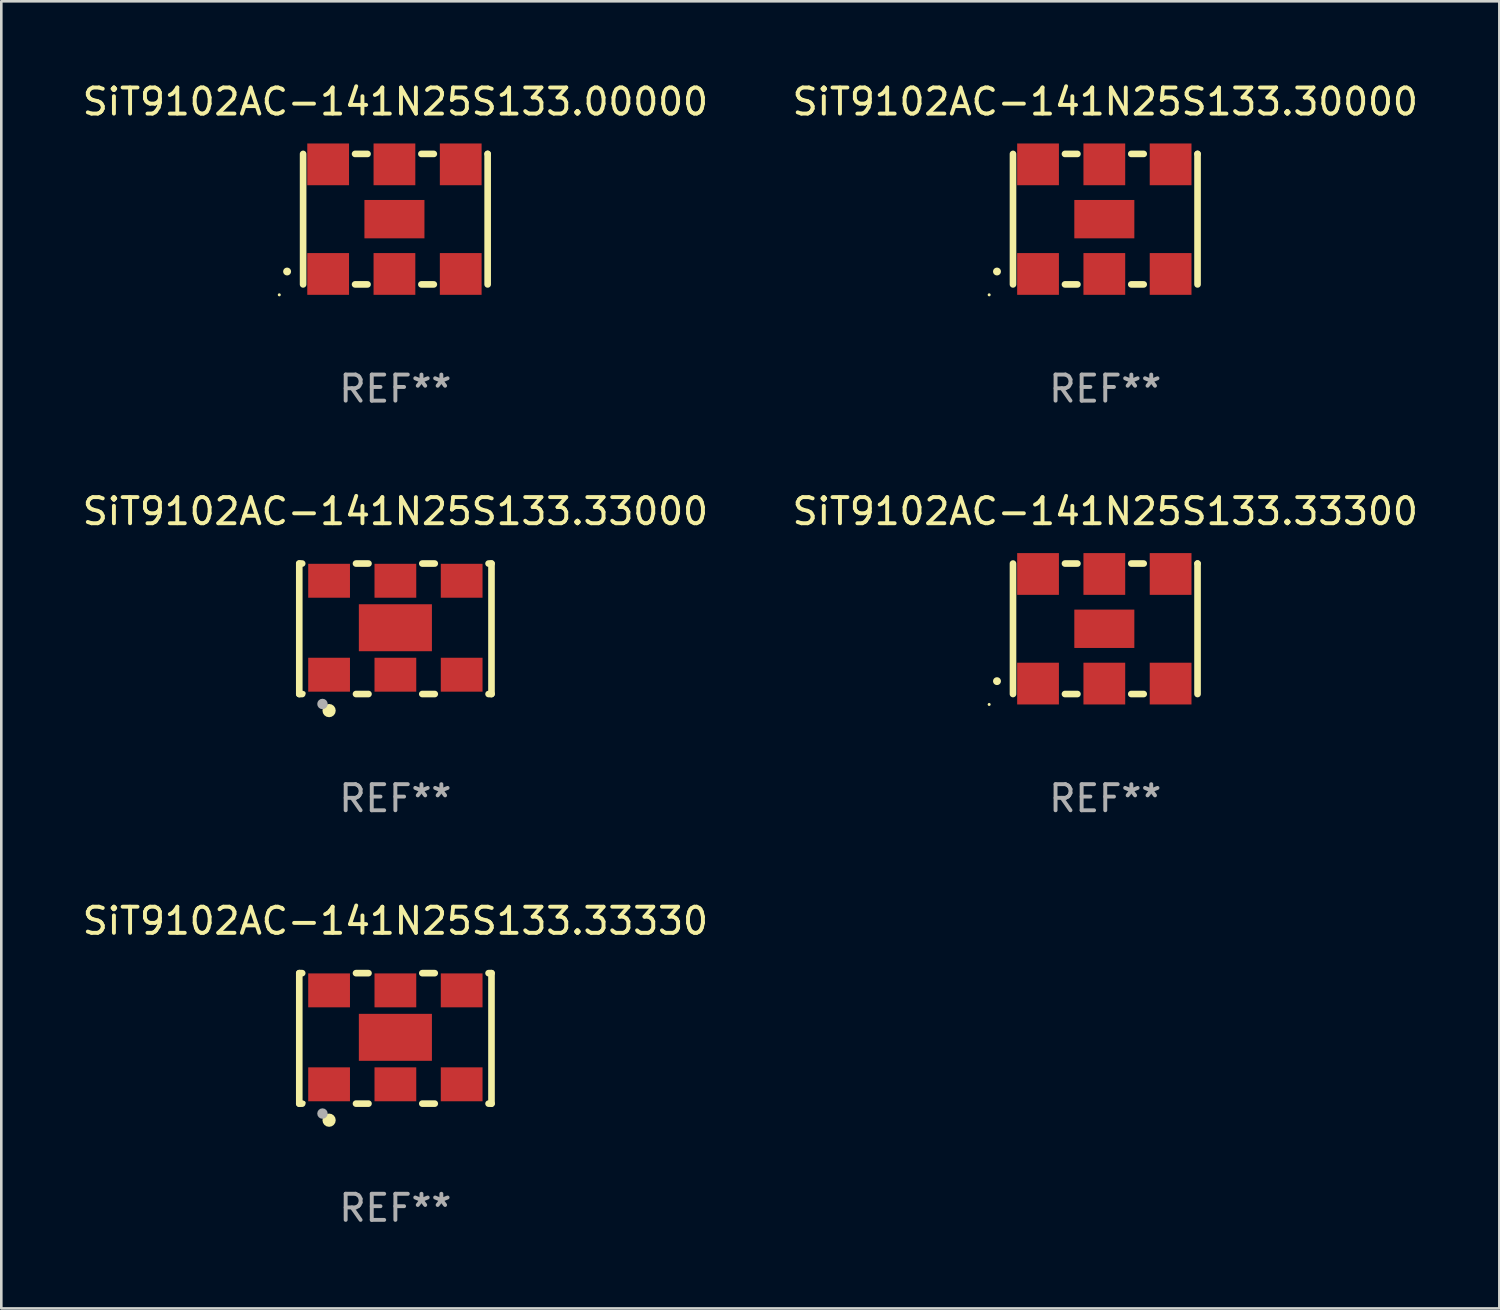
<source format=kicad_pcb>
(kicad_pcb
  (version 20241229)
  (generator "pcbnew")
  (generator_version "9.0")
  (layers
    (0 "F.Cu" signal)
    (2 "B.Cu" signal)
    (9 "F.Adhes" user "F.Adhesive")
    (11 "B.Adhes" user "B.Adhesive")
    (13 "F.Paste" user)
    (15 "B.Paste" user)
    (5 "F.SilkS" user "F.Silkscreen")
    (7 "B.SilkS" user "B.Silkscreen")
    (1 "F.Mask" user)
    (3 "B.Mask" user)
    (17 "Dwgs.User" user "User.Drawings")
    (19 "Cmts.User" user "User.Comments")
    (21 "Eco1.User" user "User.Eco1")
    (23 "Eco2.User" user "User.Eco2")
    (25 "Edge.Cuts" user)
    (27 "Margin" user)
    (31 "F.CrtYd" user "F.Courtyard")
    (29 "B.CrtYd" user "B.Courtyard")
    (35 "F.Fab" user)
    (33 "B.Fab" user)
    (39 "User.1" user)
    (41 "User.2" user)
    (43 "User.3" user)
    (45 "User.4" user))
  (footprint "SiT9102AC-141N25S133.00000"
    (layer "F.Cu")
    (at 12.101 5.348)
    (property "Reference" "SiT9102AC-141N25S133.00000" (at 0 -4.5 0) (layer "F.SilkS") (effects (font (size 1 1) (thickness 0.15))))
    (attr through_hole)
    (fp_line (start -3.536 -2.5) (end -3.536 2.5) (stroke (width 0.254) (type solid)) (layer "F.SilkS"))
    (fp_line (start -1.544 2.5) (end -1.067 2.5) (stroke (width 0.254) (type solid)) (layer "F.SilkS"))
    (fp_line (start -1.067 -2.5) (end -1.544 -2.5) (stroke (width 0.254) (type solid)) (layer "F.SilkS"))
    (fp_line (start 0.996 2.5) (end 1.473 2.5) (stroke (width 0.254) (type solid)) (layer "F.SilkS"))
    (fp_line (start 1.473 -2.5) (end 0.996 -2.5) (stroke (width 0.254) (type solid)) (layer "F.SilkS"))
    (fp_line (start 3.536 -2.5) (end 3.536 -2.5) (stroke (width 0.254) (type solid)) (layer "F.SilkS"))
    (fp_line (start 3.536 2.5) (end 3.536 -2.5) (stroke (width 0.254) (type solid)) (layer "F.SilkS"))
    (fp_arc (start -4.150432 2.006604) (mid -4.149162 2.006599) (end -4.147892 2.006604) (stroke (width 0.3) (type solid)) (layer "F.SilkS"))
    (fp_circle (center -4.449 2.9) (end -4.419 2.9) (stroke (width 0.06) (type solid)) (fill no) (layer "F.SilkS"))
    (fp_text user "REF**" (at 0 6.5 0) (layer "F.Fab") (effects (font (size 1 1) (thickness 0.15))))
    (pad "1" smd rect (at -2.576 2.1) (size 1.6 1.6) (layers "F.Cu" "F.Mask" "F.Paste"))
    (pad "2" smd rect (at -0.036 2.1) (size 1.6 1.6) (layers "F.Cu" "F.Mask" "F.Paste"))
    (pad "3" smd rect (at 2.504 2.1) (size 1.6 1.6) (layers "F.Cu" "F.Mask" "F.Paste"))
    (pad "4" smd rect (at 2.504 -2.1) (size 1.6 1.6) (layers "F.Cu" "F.Mask" "F.Paste"))
    (pad "5" smd rect (at -0.036 -2.1) (size 1.6 1.6) (layers "F.Cu" "F.Mask" "F.Paste"))
    (pad "6" smd rect (at -2.576 -2.1) (size 1.6 1.6) (layers "F.Cu" "F.Mask" "F.Paste"))
    (pad "7" smd rect (at -0.036 0) (size 2.3 1.47) (layers "F.Cu" "F.Mask" "F.Paste")))
  (footprint "SiT9102AC-141N25S133.33000"
    (layer "F.Cu")
    (at 12.101 21.045)
    (property "Reference" "SiT9102AC-141N25S133.33000" (at 0 -4.5 0) (layer "F.SilkS") (effects (font (size 1 1) (thickness 0.15))))
    (attr through_hole)
    (fp_line (start -3.683 -2.5) (end -3.571 -2.5) (stroke (width 0.254) (type solid)) (layer "F.SilkS"))
    (fp_line (start -3.683 2.5) (end -3.683 -2.5) (stroke (width 0.254) (type solid)) (layer "F.SilkS"))
    (fp_line (start -3.683 2.5) (end -3.571 2.5) (stroke (width 0.254) (type solid)) (layer "F.SilkS"))
    (fp_line (start -1.509 -2.5) (end -1.031 -2.5) (stroke (width 0.254) (type solid)) (layer "F.SilkS"))
    (fp_line (start -1.509 2.5) (end -1.031 2.5) (stroke (width 0.254) (type solid)) (layer "F.SilkS"))
    (fp_line (start 1.031 -2.5) (end 1.509 -2.5) (stroke (width 0.254) (type solid)) (layer "F.SilkS"))
    (fp_line (start 1.031 2.5) (end 1.509 2.5) (stroke (width 0.254) (type solid)) (layer "F.SilkS"))
    (fp_line (start 3.571 -2.5) (end 3.683 -2.5) (stroke (width 0.254) (type solid)) (layer "F.SilkS"))
    (fp_line (start 3.571 2.5) (end 3.683 2.5) (stroke (width 0.254) (type solid)) (layer "F.SilkS"))
    (fp_line (start 3.683 2.5) (end 3.683 -2.5) (stroke (width 0.254) (type solid)) (layer "F.SilkS"))
    (fp_circle (center -3.5 2.46) (end -3.47 2.46) (stroke (width 0.06) (type solid)) (fill no) (layer "F.SilkS"))
    (fp_circle (center -2.54 3.135) (end -2.413 3.135) (stroke (width 0.254) (type solid)) (fill no) (layer "F.SilkS"))
    (fp_circle (center -2.794 2.881) (end -2.694 2.881) (stroke (width 0.2) (type solid)) (fill no) (layer "F.Fab"))
    (fp_text user "REF**" (at 0 6.5 0) (layer "F.Fab") (effects (font (size 1 1) (thickness 0.15))))
    (pad "1" smd rect (at -2.54 1.76) (size 1.6 1.3) (layers "F.Cu" "F.Mask" "F.Paste"))
    (pad "2" smd rect (at 0 1.76) (size 1.6 1.3) (layers "F.Cu" "F.Mask" "F.Paste"))
    (pad "3" smd rect (at 2.54 1.76) (size 1.6 1.3) (layers "F.Cu" "F.Mask" "F.Paste"))
    (pad "4" smd rect (at 2.54 -1.84) (size 1.6 1.3) (layers "F.Cu" "F.Mask" "F.Paste"))
    (pad "5" smd rect (at 0 -1.84) (size 1.6 1.3) (layers "F.Cu" "F.Mask" "F.Paste"))
    (pad "6" smd rect (at -2.54 -1.84) (size 1.6 1.3) (layers "F.Cu" "F.Mask" "F.Paste"))
    (pad "7" smd rect (at 0 -0.04) (size 2.8 1.8) (layers "F.Cu" "F.Mask" "F.Paste")))
  (footprint "SiT9102AC-141N25S133.30000"
    (layer "F.Cu")
    (at 39.304 5.348)
    (property "Reference" "SiT9102AC-141N25S133.30000" (at 0 -4.5 0) (layer "F.SilkS") (effects (font (size 1 1) (thickness 0.15))))
    (attr through_hole)
    (fp_line (start -3.536 -2.5) (end -3.536 2.5) (stroke (width 0.254) (type solid)) (layer "F.SilkS"))
    (fp_line (start -1.544 2.5) (end -1.067 2.5) (stroke (width 0.254) (type solid)) (layer "F.SilkS"))
    (fp_line (start -1.067 -2.5) (end -1.544 -2.5) (stroke (width 0.254) (type solid)) (layer "F.SilkS"))
    (fp_line (start 0.996 2.5) (end 1.473 2.5) (stroke (width 0.254) (type solid)) (layer "F.SilkS"))
    (fp_line (start 1.473 -2.5) (end 0.996 -2.5) (stroke (width 0.254) (type solid)) (layer "F.SilkS"))
    (fp_line (start 3.536 -2.5) (end 3.536 -2.5) (stroke (width 0.254) (type solid)) (layer "F.SilkS"))
    (fp_line (start 3.536 2.5) (end 3.536 -2.5) (stroke (width 0.254) (type solid)) (layer "F.SilkS"))
    (fp_arc (start -4.150432 2.006604) (mid -4.149162 2.006599) (end -4.147892 2.006604) (stroke (width 0.3) (type solid)) (layer "F.SilkS"))
    (fp_circle (center -4.449 2.9) (end -4.419 2.9) (stroke (width 0.06) (type solid)) (fill no) (layer "F.SilkS"))
    (fp_text user "REF**" (at 0 6.5 0) (layer "F.Fab") (effects (font (size 1 1) (thickness 0.15))))
    (pad "1" smd rect (at -2.576 2.1) (size 1.6 1.6) (layers "F.Cu" "F.Mask" "F.Paste"))
    (pad "2" smd rect (at -0.036 2.1) (size 1.6 1.6) (layers "F.Cu" "F.Mask" "F.Paste"))
    (pad "3" smd rect (at 2.504 2.1) (size 1.6 1.6) (layers "F.Cu" "F.Mask" "F.Paste"))
    (pad "4" smd rect (at 2.504 -2.1) (size 1.6 1.6) (layers "F.Cu" "F.Mask" "F.Paste"))
    (pad "5" smd rect (at -0.036 -2.1) (size 1.6 1.6) (layers "F.Cu" "F.Mask" "F.Paste"))
    (pad "6" smd rect (at -2.576 -2.1) (size 1.6 1.6) (layers "F.Cu" "F.Mask" "F.Paste"))
    (pad "7" smd rect (at -0.036 0) (size 2.3 1.47) (layers "F.Cu" "F.Mask" "F.Paste")))
  (footprint "SiT9102AC-141N25S133.33300"
    (layer "F.Cu")
    (at 39.304 21.045)
    (property "Reference" "SiT9102AC-141N25S133.33300" (at 0 -4.5 0) (layer "F.SilkS") (effects (font (size 1 1) (thickness 0.15))))
    (attr through_hole)
    (fp_line (start -3.536 -2.5) (end -3.536 2.5) (stroke (width 0.254) (type solid)) (layer "F.SilkS"))
    (fp_line (start -1.544 2.5) (end -1.067 2.5) (stroke (width 0.254) (type solid)) (layer "F.SilkS"))
    (fp_line (start -1.067 -2.5) (end -1.544 -2.5) (stroke (width 0.254) (type solid)) (layer "F.SilkS"))
    (fp_line (start 0.996 2.5) (end 1.473 2.5) (stroke (width 0.254) (type solid)) (layer "F.SilkS"))
    (fp_line (start 1.473 -2.5) (end 0.996 -2.5) (stroke (width 0.254) (type solid)) (layer "F.SilkS"))
    (fp_line (start 3.536 -2.5) (end 3.536 -2.5) (stroke (width 0.254) (type solid)) (layer "F.SilkS"))
    (fp_line (start 3.536 2.5) (end 3.536 -2.5) (stroke (width 0.254) (type solid)) (layer "F.SilkS"))
    (fp_arc (start -4.150432 2.006604) (mid -4.149162 2.006599) (end -4.147892 2.006604) (stroke (width 0.3) (type solid)) (layer "F.SilkS"))
    (fp_circle (center -4.449 2.9) (end -4.419 2.9) (stroke (width 0.06) (type solid)) (fill no) (layer "F.SilkS"))
    (fp_text user "REF**" (at 0 6.5 0) (layer "F.Fab") (effects (font (size 1 1) (thickness 0.15))))
    (pad "1" smd rect (at -2.576 2.1) (size 1.6 1.6) (layers "F.Cu" "F.Mask" "F.Paste"))
    (pad "2" smd rect (at -0.036 2.1) (size 1.6 1.6) (layers "F.Cu" "F.Mask" "F.Paste"))
    (pad "3" smd rect (at 2.504 2.1) (size 1.6 1.6) (layers "F.Cu" "F.Mask" "F.Paste"))
    (pad "4" smd rect (at 2.504 -2.1) (size 1.6 1.6) (layers "F.Cu" "F.Mask" "F.Paste"))
    (pad "5" smd rect (at -0.036 -2.1) (size 1.6 1.6) (layers "F.Cu" "F.Mask" "F.Paste"))
    (pad "6" smd rect (at -2.576 -2.1) (size 1.6 1.6) (layers "F.Cu" "F.Mask" "F.Paste"))
    (pad "7" smd rect (at -0.036 0) (size 2.3 1.47) (layers "F.Cu" "F.Mask" "F.Paste")))
  (footprint "SiT9102AC-141N25S133.33330"
    (layer "F.Cu")
    (at 12.101 36.741)
    (property "Reference" "SiT9102AC-141N25S133.33330" (at 0 -4.5 0) (layer "F.SilkS") (effects (font (size 1 1) (thickness 0.15))))
    (attr through_hole)
    (fp_line (start -3.683 -2.5) (end -3.571 -2.5) (stroke (width 0.254) (type solid)) (layer "F.SilkS"))
    (fp_line (start -3.683 2.5) (end -3.683 -2.5) (stroke (width 0.254) (type solid)) (layer "F.SilkS"))
    (fp_line (start -3.683 2.5) (end -3.571 2.5) (stroke (width 0.254) (type solid)) (layer "F.SilkS"))
    (fp_line (start -1.509 -2.5) (end -1.031 -2.5) (stroke (width 0.254) (type solid)) (layer "F.SilkS"))
    (fp_line (start -1.509 2.5) (end -1.031 2.5) (stroke (width 0.254) (type solid)) (layer "F.SilkS"))
    (fp_line (start 1.031 -2.5) (end 1.509 -2.5) (stroke (width 0.254) (type solid)) (layer "F.SilkS"))
    (fp_line (start 1.031 2.5) (end 1.509 2.5) (stroke (width 0.254) (type solid)) (layer "F.SilkS"))
    (fp_line (start 3.571 -2.5) (end 3.683 -2.5) (stroke (width 0.254) (type solid)) (layer "F.SilkS"))
    (fp_line (start 3.571 2.5) (end 3.683 2.5) (stroke (width 0.254) (type solid)) (layer "F.SilkS"))
    (fp_line (start 3.683 2.5) (end 3.683 -2.5) (stroke (width 0.254) (type solid)) (layer "F.SilkS"))
    (fp_circle (center -3.5 2.46) (end -3.47 2.46) (stroke (width 0.06) (type solid)) (fill no) (layer "F.SilkS"))
    (fp_circle (center -2.54 3.135) (end -2.413 3.135) (stroke (width 0.254) (type solid)) (fill no) (layer "F.SilkS"))
    (fp_circle (center -2.794 2.881) (end -2.694 2.881) (stroke (width 0.2) (type solid)) (fill no) (layer "F.Fab"))
    (fp_text user "REF**" (at 0 6.5 0) (layer "F.Fab") (effects (font (size 1 1) (thickness 0.15))))
    (pad "1" smd rect (at -2.54 1.76) (size 1.6 1.3) (layers "F.Cu" "F.Mask" "F.Paste"))
    (pad "2" smd rect (at 0 1.76) (size 1.6 1.3) (layers "F.Cu" "F.Mask" "F.Paste"))
    (pad "3" smd rect (at 2.54 1.76) (size 1.6 1.3) (layers "F.Cu" "F.Mask" "F.Paste"))
    (pad "4" smd rect (at 2.54 -1.84) (size 1.6 1.3) (layers "F.Cu" "F.Mask" "F.Paste"))
    (pad "5" smd rect (at 0 -1.84) (size 1.6 1.3) (layers "F.Cu" "F.Mask" "F.Paste"))
    (pad "6" smd rect (at -2.54 -1.84) (size 1.6 1.3) (layers "F.Cu" "F.Mask" "F.Paste"))
    (pad "7" smd rect (at 0 -0.04) (size 2.8 1.8) (layers "F.Cu" "F.Mask" "F.Paste")))
  (gr_rect
    (start -3 -3)
    (end 54.405 47.09)
    (stroke (width 0.1) (type default))
    (fill no)
    (layer "Edge.Cuts")))
</source>
